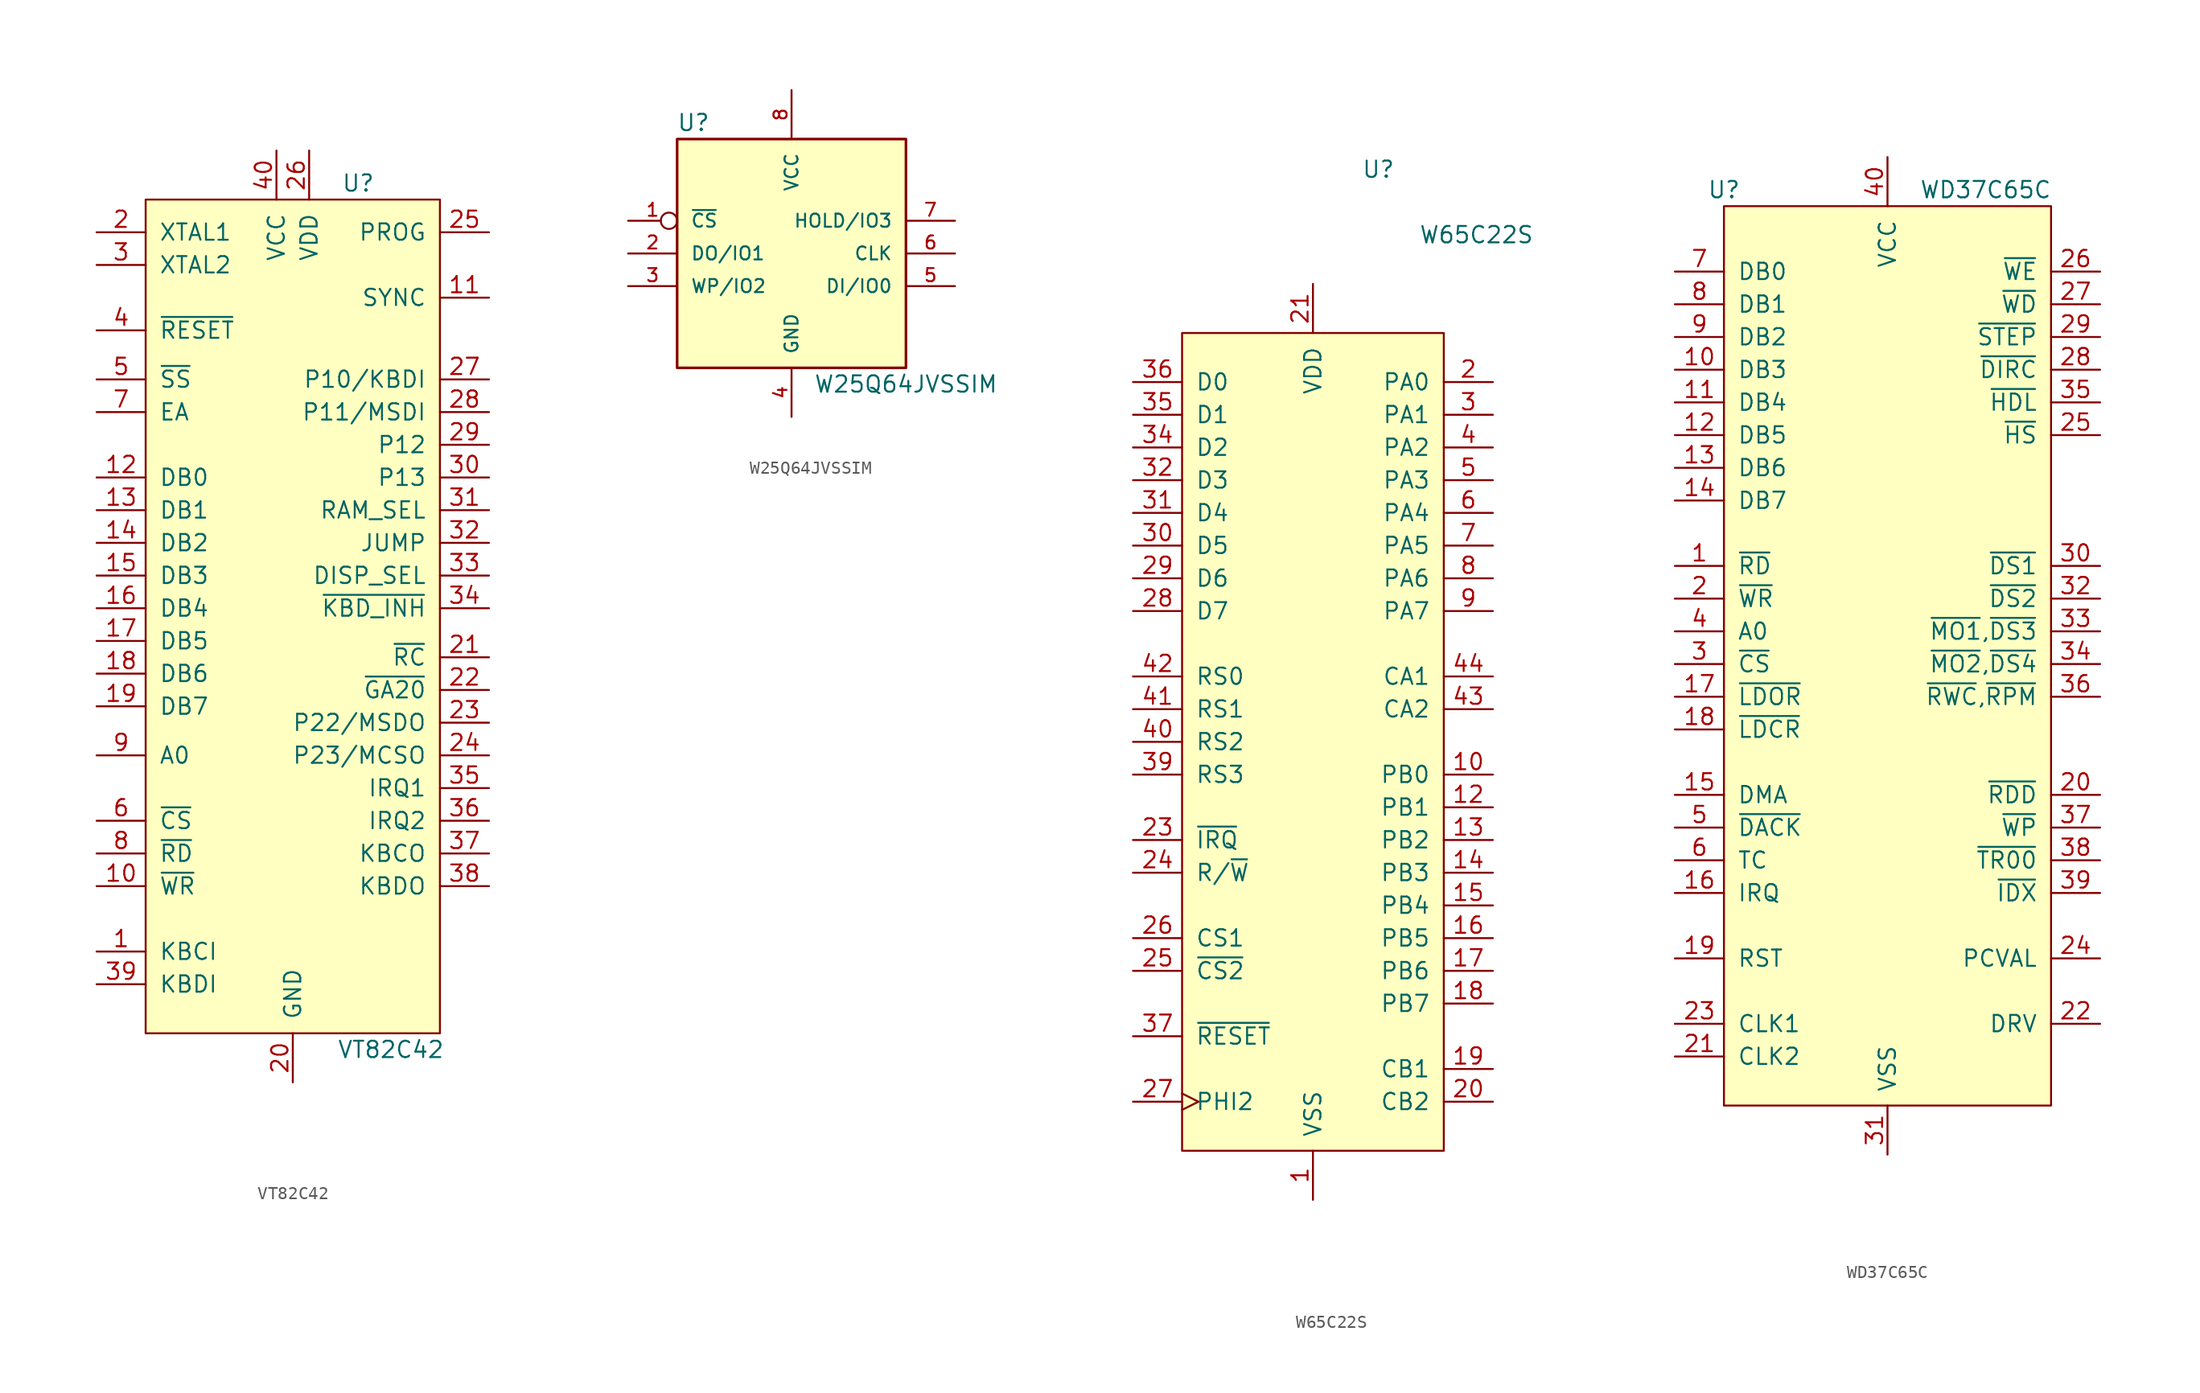
<source format=kicad_sym>
(kicad_symbol_lib
  (version 20220914)
  (generator kicad_symbol_editor)
  (symbol "VT82C42"
    (pin_names
      (offset 1.016))
    (property "Reference" "U"
      (at 5.08 29.21 0)
      (effects (font (size 1.27 1.27))))
    (property "Value" "VT82C42"
      (at 7.62 -38.1 0)
      (effects (font (size 1.27 1.27))))
    (symbol "VT82C42_0_1"
      (rectangle (start 11.43 -36.83) (end -11.43 27.94) (stroke (width 0) (type default)) (fill (type background))))
    (symbol "VT82C42_1_1"
      (pin input line (at -15.24 -30.48 0) (length 3.81) (name "KBCI" (effects (font (size 1.27 1.27)))) (number "1" (effects (font (size 1.27 1.27)))))
      (pin passive line (at -15.24 -25.4 0) (length 3.81) (name "~{WR}" (effects (font (size 1.27 1.27)))) (number "10" (effects (font (size 1.27 1.27)))))
      (pin output line (at 15.24 20.32 180) (length 3.81) (name "SYNC" (effects (font (size 1.27 1.27)))) (number "11" (effects (font (size 1.27 1.27)))))
      (pin bidirectional line (at -15.24 6.35 0) (length 3.81) (name "DB0" (effects (font (size 1.27 1.27)))) (number "12" (effects (font (size 1.27 1.27)))))
      (pin bidirectional line (at -15.24 3.81 0) (length 3.81) (name "DB1" (effects (font (size 1.27 1.27)))) (number "13" (effects (font (size 1.27 1.27)))))
      (pin bidirectional line (at -15.24 1.27 0) (length 3.81) (name "DB2" (effects (font (size 1.27 1.27)))) (number "14" (effects (font (size 1.27 1.27)))))
      (pin bidirectional line (at -15.24 -1.27 0) (length 3.81) (name "DB3" (effects (font (size 1.27 1.27)))) (number "15" (effects (font (size 1.27 1.27)))))
      (pin bidirectional line (at -15.24 -3.81 0) (length 3.81) (name "DB4" (effects (font (size 1.27 1.27)))) (number "16" (effects (font (size 1.27 1.27)))))
      (pin bidirectional line (at -15.24 -6.35 0) (length 3.81) (name "DB5" (effects (font (size 1.27 1.27)))) (number "17" (effects (font (size 1.27 1.27)))))
      (pin bidirectional line (at -15.24 -8.89 0) (length 3.81) (name "DB6" (effects (font (size 1.27 1.27)))) (number "18" (effects (font (size 1.27 1.27)))))
      (pin bidirectional line (at -15.24 -11.43 0) (length 3.81) (name "DB7" (effects (font (size 1.27 1.27)))) (number "19" (effects (font (size 1.27 1.27)))))
      (pin passive line (at -15.24 25.4 0) (length 3.81) (name "XTAL1" (effects (font (size 1.27 1.27)))) (number "2" (effects (font (size 1.27 1.27)))))
      (pin power_in line (at 0 -40.64 90) (length 3.81) (name "GND" (effects (font (size 1.27 1.27)))) (number "20" (effects (font (size 1.27 1.27)))))
      (pin output line (at 15.24 -7.62 180) (length 3.81) (name "~{RC}" (effects (font (size 1.27 1.27)))) (number "21" (effects (font (size 1.27 1.27)))))
      (pin output line (at 15.24 -10.16 180) (length 3.81) (name "~{GA20}" (effects (font (size 1.27 1.27)))) (number "22" (effects (font (size 1.27 1.27)))))
      (pin output line (at 15.24 -12.7 180) (length 3.81) (name "P22/MSDO" (effects (font (size 1.27 1.27)))) (number "23" (effects (font (size 1.27 1.27)))))
      (pin output line (at 15.24 -15.24 180) (length 3.81) (name "P23/MCSO" (effects (font (size 1.27 1.27)))) (number "24" (effects (font (size 1.27 1.27)))))
      (pin input line (at 15.24 25.4 180) (length 3.81) (name "PROG" (effects (font (size 1.27 1.27)))) (number "25" (effects (font (size 1.27 1.27)))))
      (pin power_in line (at 1.27 31.75 270) (length 3.81) (name "VDD" (effects (font (size 1.27 1.27)))) (number "26" (effects (font (size 1.27 1.27)))))
      (pin bidirectional line (at 15.24 13.97 180) (length 3.81) (name "P10/KBDI" (effects (font (size 1.27 1.27)))) (number "27" (effects (font (size 1.27 1.27)))))
      (pin bidirectional line (at 15.24 11.43 180) (length 3.81) (name "P11/MSDI" (effects (font (size 1.27 1.27)))) (number "28" (effects (font (size 1.27 1.27)))))
      (pin bidirectional line (at 15.24 8.89 180) (length 3.81) (name "P12" (effects (font (size 1.27 1.27)))) (number "29" (effects (font (size 1.27 1.27)))))
      (pin passive line (at -15.24 22.86 0) (length 3.81) (name "XTAL2" (effects (font (size 1.27 1.27)))) (number "3" (effects (font (size 1.27 1.27)))))
      (pin bidirectional line (at 15.24 6.35 180) (length 3.81) (name "P13" (effects (font (size 1.27 1.27)))) (number "30" (effects (font (size 1.27 1.27)))))
      (pin bidirectional line (at 15.24 3.81 180) (length 3.81) (name "RAM_SEL" (effects (font (size 1.27 1.27)))) (number "31" (effects (font (size 1.27 1.27)))))
      (pin bidirectional line (at 15.24 1.27 180) (length 3.81) (name "JUMP" (effects (font (size 1.27 1.27)))) (number "32" (effects (font (size 1.27 1.27)))))
      (pin bidirectional line (at 15.24 -1.27 180) (length 3.81) (name "DISP_SEL" (effects (font (size 1.27 1.27)))) (number "33" (effects (font (size 1.27 1.27)))))
      (pin bidirectional line (at 15.24 -3.81 180) (length 3.81) (name "~{KBD_INH}" (effects (font (size 1.27 1.27)))) (number "34" (effects (font (size 1.27 1.27)))))
      (pin output line (at 15.24 -17.78 180) (length 3.81) (name "IRQ1" (effects (font (size 1.27 1.27)))) (number "35" (effects (font (size 1.27 1.27)))))
      (pin output line (at 15.24 -20.32 180) (length 3.81) (name "IRQ2" (effects (font (size 1.27 1.27)))) (number "36" (effects (font (size 1.27 1.27)))))
      (pin output line (at 15.24 -22.86 180) (length 3.81) (name "KBCO" (effects (font (size 1.27 1.27)))) (number "37" (effects (font (size 1.27 1.27)))))
      (pin output line (at 15.24 -25.4 180) (length 3.81) (name "KBDO" (effects (font (size 1.27 1.27)))) (number "38" (effects (font (size 1.27 1.27)))))
      (pin input line (at -15.24 -33.02 0) (length 3.81) (name "KBDI" (effects (font (size 1.27 1.27)))) (number "39" (effects (font (size 1.27 1.27)))))
      (pin input line (at -15.24 17.78 0) (length 3.81) (name "~{RESET}" (effects (font (size 1.27 1.27)))) (number "4" (effects (font (size 1.27 1.27)))))
      (pin power_in line (at -1.27 31.75 270) (length 3.81) (name "VCC" (effects (font (size 1.27 1.27)))) (number "40" (effects (font (size 1.27 1.27)))))
      (pin input line (at -15.24 13.97 0) (length 3.81) (name "~{SS}" (effects (font (size 1.27 1.27)))) (number "5" (effects (font (size 1.27 1.27)))))
      (pin input line (at -15.24 -20.32 0) (length 3.81) (name "~{CS}" (effects (font (size 1.27 1.27)))) (number "6" (effects (font (size 1.27 1.27)))))
      (pin input line (at -15.24 11.43 0) (length 3.81) (name "EA" (effects (font (size 1.27 1.27)))) (number "7" (effects (font (size 1.27 1.27)))))
      (pin input line (at -15.24 -22.86 0) (length 3.81) (name "~{RD}" (effects (font (size 1.27 1.27)))) (number "8" (effects (font (size 1.27 1.27)))))
      (pin input line (at -15.24 -15.24 0) (length 3.81) (name "A0" (effects (font (size 1.27 1.27)))) (number "9" (effects (font (size 1.27 1.27)))))))
  (symbol "W25Q64JVSSIM"
    (pin_names
      (offset 1.016))
    (property "Reference" "U"
      (at -7.62 10.16 0)
      (effects (font (size 1.27 1.27))))
    (property "Value" "W25Q64JVSSIM"
      (at 8.89 -10.16 0)
      (effects (font (size 1.27 1.27))))
    (symbol "W25Q64JVSSIM_0_0"
      (pin input inverted (at -12.7 2.54 0) (length 3.81) (name "~{CS}" (effects (font (size 1.016 1.016)))) (number "1" (effects (font (size 1.016 1.016)))))
      (pin output line (at -12.7 0 0) (length 3.81) (name "DO/IO1" (effects (font (size 1.016 1.016)))) (number "2" (effects (font (size 1.016 1.016)))))
      (pin input line (at -12.7 -2.54 0) (length 3.81) (name "WP/IO2" (effects (font (size 1.016 1.016)))) (number "3" (effects (font (size 1.016 1.016)))))
      (pin power_in line (at 0 -12.7 90) (length 3.81) (name "GND" (effects (font (size 1.016 1.016)))) (number "4" (effects (font (size 1.016 1.016)))))
      (pin input line (at 12.7 -2.54 180) (length 3.81) (name "DI/IO0" (effects (font (size 1.016 1.016)))) (number "5" (effects (font (size 1.016 1.016)))))
      (pin input line (at 12.7 0 180) (length 3.81) (name "CLK" (effects (font (size 1.016 1.016)))) (number "6" (effects (font (size 1.016 1.016)))))
      (pin input line (at 12.7 2.54 180) (length 3.81) (name "HOLD/IO3" (effects (font (size 1.016 1.016)))) (number "7" (effects (font (size 1.016 1.016)))))
      (pin power_in line (at 0 12.7 270) (length 3.81) (name "VCC" (effects (font (size 1.016 1.016)))) (number "8" (effects (font (size 1.016 1.016))))))
    (symbol "W25Q64JVSSIM_0_1"
      (rectangle (start -8.89 8.89) (end 8.89 -8.89) (stroke (width 0.203) (type default)) (fill (type background)))))
  (symbol "W65C22S"
    (pin_names
      (offset 1.016))
    (property "Reference" "U"
      (at 5.08 29.21 0)
      (effects (font (size 1.27 1.27))))
    (property "Value" "W65C22S"
      (at 12.7 24.13 0)
      (effects (font (size 1.27 1.27))))
    (symbol "W65C22S_0_1"
      (rectangle (start -10.16 16.51) (end 10.16 -46.99) (stroke (width 0) (type default)) (fill (type background))))
    (symbol "W65C22S_1_1"
      (pin power_in line (at 0 -50.8 90) (length 3.81) (name "VSS" (effects (font (size 1.27 1.27)))) (number "1" (effects (font (size 1.27 1.27)))))
      (pin bidirectional line (at 13.97 -17.78 180) (length 3.81) (name "PB0" (effects (font (size 1.27 1.27)))) (number "10" (effects (font (size 1.27 1.27)))))
      (pin no_connect line (at -13.97 -7.62 0) (length 3.81) hide (name "NC" (effects (font (size 1.27 1.27)))) (number "11" (effects (font (size 1.27 1.27)))))
      (pin bidirectional line (at 13.97 -20.32 180) (length 3.81) (name "PB1" (effects (font (size 1.27 1.27)))) (number "12" (effects (font (size 1.27 1.27)))))
      (pin bidirectional line (at 13.97 -22.86 180) (length 3.81) (name "PB2" (effects (font (size 1.27 1.27)))) (number "13" (effects (font (size 1.27 1.27)))))
      (pin bidirectional line (at 13.97 -25.4 180) (length 3.81) (name "PB3" (effects (font (size 1.27 1.27)))) (number "14" (effects (font (size 1.27 1.27)))))
      (pin bidirectional line (at 13.97 -27.94 180) (length 3.81) (name "PB4" (effects (font (size 1.27 1.27)))) (number "15" (effects (font (size 1.27 1.27)))))
      (pin bidirectional line (at 13.97 -30.48 180) (length 3.81) (name "PB5" (effects (font (size 1.27 1.27)))) (number "16" (effects (font (size 1.27 1.27)))))
      (pin bidirectional line (at 13.97 -33.02 180) (length 3.81) (name "PB6" (effects (font (size 1.27 1.27)))) (number "17" (effects (font (size 1.27 1.27)))))
      (pin bidirectional line (at 13.97 -35.56 180) (length 3.81) (name "PB7" (effects (font (size 1.27 1.27)))) (number "18" (effects (font (size 1.27 1.27)))))
      (pin bidirectional line (at 13.97 -40.64 180) (length 3.81) (name "CB1" (effects (font (size 1.27 1.27)))) (number "19" (effects (font (size 1.27 1.27)))))
      (pin bidirectional line (at 13.97 12.7 180) (length 3.81) (name "PA0" (effects (font (size 1.27 1.27)))) (number "2" (effects (font (size 1.27 1.27)))))
      (pin bidirectional line (at 13.97 -43.18 180) (length 3.81) (name "CB2" (effects (font (size 1.27 1.27)))) (number "20" (effects (font (size 1.27 1.27)))))
      (pin power_in line (at 0 20.32 270) (length 3.81) (name "VDD" (effects (font (size 1.27 1.27)))) (number "21" (effects (font (size 1.27 1.27)))))
      (pin no_connect line (at -13.97 -20.32 0) (length 3.81) hide (name "NC" (effects (font (size 1.27 1.27)))) (number "22" (effects (font (size 1.27 1.27)))))
      (pin output line (at -13.97 -22.86 0) (length 3.81) (name "~{IRQ}" (effects (font (size 1.27 1.27)))) (number "23" (effects (font (size 1.27 1.27)))))
      (pin input line (at -13.97 -25.4 0) (length 3.81) (name "R/~{W}" (effects (font (size 1.27 1.27)))) (number "24" (effects (font (size 1.27 1.27)))))
      (pin input line (at -13.97 -33.02 0) (length 3.81) (name "~{CS2}" (effects (font (size 1.27 1.27)))) (number "25" (effects (font (size 1.27 1.27)))))
      (pin input line (at -13.97 -30.48 0) (length 3.81) (name "CS1" (effects (font (size 1.27 1.27)))) (number "26" (effects (font (size 1.27 1.27)))))
      (pin input clock (at -13.97 -43.18 0) (length 3.81) (name "PHI2" (effects (font (size 1.27 1.27)))) (number "27" (effects (font (size 1.27 1.27)))))
      (pin bidirectional line (at -13.97 -5.08 0) (length 3.81) (name "D7" (effects (font (size 1.27 1.27)))) (number "28" (effects (font (size 1.27 1.27)))))
      (pin bidirectional line (at -13.97 -2.54 0) (length 3.81) (name "D6" (effects (font (size 1.27 1.27)))) (number "29" (effects (font (size 1.27 1.27)))))
      (pin bidirectional line (at 13.97 10.16 180) (length 3.81) (name "PA1" (effects (font (size 1.27 1.27)))) (number "3" (effects (font (size 1.27 1.27)))))
      (pin bidirectional line (at -13.97 0 0) (length 3.81) (name "D5" (effects (font (size 1.27 1.27)))) (number "30" (effects (font (size 1.27 1.27)))))
      (pin bidirectional line (at -13.97 2.54 0) (length 3.81) (name "D4" (effects (font (size 1.27 1.27)))) (number "31" (effects (font (size 1.27 1.27)))))
      (pin bidirectional line (at -13.97 5.08 0) (length 3.81) (name "D3" (effects (font (size 1.27 1.27)))) (number "32" (effects (font (size 1.27 1.27)))))
      (pin no_connect line (at -13.97 -27.94 0) (length 3.81) hide (name "NC" (effects (font (size 1.27 1.27)))) (number "33" (effects (font (size 1.27 1.27)))))
      (pin bidirectional line (at -13.97 7.62 0) (length 3.81) (name "D2" (effects (font (size 1.27 1.27)))) (number "34" (effects (font (size 1.27 1.27)))))
      (pin bidirectional line (at -13.97 10.16 0) (length 3.81) (name "D1" (effects (font (size 1.27 1.27)))) (number "35" (effects (font (size 1.27 1.27)))))
      (pin bidirectional line (at -13.97 12.7 0) (length 3.81) (name "D0" (effects (font (size 1.27 1.27)))) (number "36" (effects (font (size 1.27 1.27)))))
      (pin input line (at -13.97 -38.1 0) (length 3.81) (name "~{RESET}" (effects (font (size 1.27 1.27)))) (number "37" (effects (font (size 1.27 1.27)))))
      (pin no_connect line (at -13.97 -35.56 0) (length 3.81) hide (name "NC" (effects (font (size 1.27 1.27)))) (number "38" (effects (font (size 1.27 1.27)))))
      (pin input line (at -13.97 -17.78 0) (length 3.81) (name "RS3" (effects (font (size 1.27 1.27)))) (number "39" (effects (font (size 1.27 1.27)))))
      (pin bidirectional line (at 13.97 7.62 180) (length 3.81) (name "PA2" (effects (font (size 1.27 1.27)))) (number "4" (effects (font (size 1.27 1.27)))))
      (pin input line (at -13.97 -15.24 0) (length 3.81) (name "RS2" (effects (font (size 1.27 1.27)))) (number "40" (effects (font (size 1.27 1.27)))))
      (pin input line (at -13.97 -12.7 0) (length 3.81) (name "RS1" (effects (font (size 1.27 1.27)))) (number "41" (effects (font (size 1.27 1.27)))))
      (pin input line (at -13.97 -10.16 0) (length 3.81) (name "RS0" (effects (font (size 1.27 1.27)))) (number "42" (effects (font (size 1.27 1.27)))))
      (pin bidirectional line (at 13.97 -12.7 180) (length 3.81) (name "CA2" (effects (font (size 1.27 1.27)))) (number "43" (effects (font (size 1.27 1.27)))))
      (pin bidirectional line (at 13.97 -10.16 180) (length 3.81) (name "CA1" (effects (font (size 1.27 1.27)))) (number "44" (effects (font (size 1.27 1.27)))))
      (pin bidirectional line (at 13.97 5.08 180) (length 3.81) (name "PA3" (effects (font (size 1.27 1.27)))) (number "5" (effects (font (size 1.27 1.27)))))
      (pin bidirectional line (at 13.97 2.54 180) (length 3.81) (name "PA4" (effects (font (size 1.27 1.27)))) (number "6" (effects (font (size 1.27 1.27)))))
      (pin bidirectional line (at 13.97 0 180) (length 3.81) (name "PA5" (effects (font (size 1.27 1.27)))) (number "7" (effects (font (size 1.27 1.27)))))
      (pin bidirectional line (at 13.97 -2.54 180) (length 3.81) (name "PA6" (effects (font (size 1.27 1.27)))) (number "8" (effects (font (size 1.27 1.27)))))
      (pin bidirectional line (at 13.97 -5.08 180) (length 3.81) (name "PA7" (effects (font (size 1.27 1.27)))) (number "9" (effects (font (size 1.27 1.27)))))))
  (symbol "WD37C65C"
    (pin_names
      (offset 1.016))
    (property "Reference" "U"
      (at -12.7 29.21 0)
      (effects (font (size 1.27 1.27))))
    (property "Value" "WD37C65C"
      (at 7.62 29.21 0)
      (effects (font (size 1.27 1.27))))
    (symbol "WD37C65C_0_1"
      (rectangle (start -12.7 27.94) (end 12.7 -41.91) (stroke (width 0) (type default)) (fill (type background))))
    (symbol "WD37C65C_1_1"
      (pin input line (at -16.51 0 0) (length 3.81) (name "~{RD}" (effects (font (size 1.27 1.27)))) (number "1" (effects (font (size 1.27 1.27)))))
      (pin bidirectional line (at -16.51 15.24 0) (length 3.81) (name "DB3" (effects (font (size 1.27 1.27)))) (number "10" (effects (font (size 1.27 1.27)))))
      (pin bidirectional line (at -16.51 12.7 0) (length 3.81) (name "DB4" (effects (font (size 1.27 1.27)))) (number "11" (effects (font (size 1.27 1.27)))))
      (pin bidirectional line (at -16.51 10.16 0) (length 3.81) (name "DB5" (effects (font (size 1.27 1.27)))) (number "12" (effects (font (size 1.27 1.27)))))
      (pin bidirectional line (at -16.51 7.62 0) (length 3.81) (name "DB6" (effects (font (size 1.27 1.27)))) (number "13" (effects (font (size 1.27 1.27)))))
      (pin bidirectional line (at -16.51 5.08 0) (length 3.81) (name "DB7" (effects (font (size 1.27 1.27)))) (number "14" (effects (font (size 1.27 1.27)))))
      (pin output line (at -16.51 -17.78 0) (length 3.81) (name "DMA" (effects (font (size 1.27 1.27)))) (number "15" (effects (font (size 1.27 1.27)))))
      (pin output line (at -16.51 -25.4 0) (length 3.81) (name "IRQ" (effects (font (size 1.27 1.27)))) (number "16" (effects (font (size 1.27 1.27)))))
      (pin input line (at -16.51 -10.16 0) (length 3.81) (name "~{LDOR}" (effects (font (size 1.27 1.27)))) (number "17" (effects (font (size 1.27 1.27)))))
      (pin input line (at -16.51 -12.7 0) (length 3.81) (name "~{LDCR}" (effects (font (size 1.27 1.27)))) (number "18" (effects (font (size 1.27 1.27)))))
      (pin input line (at -16.51 -30.48 0) (length 3.81) (name "RST" (effects (font (size 1.27 1.27)))) (number "19" (effects (font (size 1.27 1.27)))))
      (pin input line (at -16.51 -2.54 0) (length 3.81) (name "~{WR}" (effects (font (size 1.27 1.27)))) (number "2" (effects (font (size 1.27 1.27)))))
      (pin input line (at 16.51 -17.78 180) (length 3.81) (name "~{RDD}" (effects (font (size 1.27 1.27)))) (number "20" (effects (font (size 1.27 1.27)))))
      (pin input line (at -16.51 -38.1 0) (length 3.81) (name "CLK2" (effects (font (size 1.27 1.27)))) (number "21" (effects (font (size 1.27 1.27)))))
      (pin input line (at 16.51 -35.56 180) (length 3.81) (name "DRV" (effects (font (size 1.27 1.27)))) (number "22" (effects (font (size 1.27 1.27)))))
      (pin input line (at -16.51 -35.56 0) (length 3.81) (name "CLK1" (effects (font (size 1.27 1.27)))) (number "23" (effects (font (size 1.27 1.27)))))
      (pin input line (at 16.51 -30.48 180) (length 3.81) (name "PCVAL" (effects (font (size 1.27 1.27)))) (number "24" (effects (font (size 1.27 1.27)))))
      (pin output line (at 16.51 10.16 180) (length 3.81) (name "~{HS}" (effects (font (size 1.27 1.27)))) (number "25" (effects (font (size 1.27 1.27)))))
      (pin output line (at 16.51 22.86 180) (length 3.81) (name "~{WE}" (effects (font (size 1.27 1.27)))) (number "26" (effects (font (size 1.27 1.27)))))
      (pin output line (at 16.51 20.32 180) (length 3.81) (name "~{WD}" (effects (font (size 1.27 1.27)))) (number "27" (effects (font (size 1.27 1.27)))))
      (pin output line (at 16.51 15.24 180) (length 3.81) (name "~{DIRC}" (effects (font (size 1.27 1.27)))) (number "28" (effects (font (size 1.27 1.27)))))
      (pin output line (at 16.51 17.78 180) (length 3.81) (name "~{STEP}" (effects (font (size 1.27 1.27)))) (number "29" (effects (font (size 1.27 1.27)))))
      (pin input line (at -16.51 -7.62 0) (length 3.81) (name "~{CS}" (effects (font (size 1.27 1.27)))) (number "3" (effects (font (size 1.27 1.27)))))
      (pin output line (at 16.51 0 180) (length 3.81) (name "~{DS1}" (effects (font (size 1.27 1.27)))) (number "30" (effects (font (size 1.27 1.27)))))
      (pin power_in line (at 0 -45.72 90) (length 3.81) (name "VSS" (effects (font (size 1.27 1.27)))) (number "31" (effects (font (size 1.27 1.27)))))
      (pin output line (at 16.51 -2.54 180) (length 3.81) (name "~{DS2}" (effects (font (size 1.27 1.27)))) (number "32" (effects (font (size 1.27 1.27)))))
      (pin output line (at 16.51 -5.08 180) (length 3.81) (name "~{MO1},~{DS3}" (effects (font (size 1.27 1.27)))) (number "33" (effects (font (size 1.27 1.27)))))
      (pin output line (at 16.51 -7.62 180) (length 3.81) (name "~{MO2},~{DS4}" (effects (font (size 1.27 1.27)))) (number "34" (effects (font (size 1.27 1.27)))))
      (pin output line (at 16.51 12.7 180) (length 3.81) (name "~{HDL}" (effects (font (size 1.27 1.27)))) (number "35" (effects (font (size 1.27 1.27)))))
      (pin output line (at 16.51 -10.16 180) (length 3.81) (name "~{RWC},~{RPM}" (effects (font (size 1.27 1.27)))) (number "36" (effects (font (size 1.27 1.27)))))
      (pin input line (at 16.51 -20.32 180) (length 3.81) (name "~{WP}" (effects (font (size 1.27 1.27)))) (number "37" (effects (font (size 1.27 1.27)))))
      (pin input line (at 16.51 -22.86 180) (length 3.81) (name "~{TR00}" (effects (font (size 1.27 1.27)))) (number "38" (effects (font (size 1.27 1.27)))))
      (pin input line (at 16.51 -25.4 180) (length 3.81) (name "~{IDX}" (effects (font (size 1.27 1.27)))) (number "39" (effects (font (size 1.27 1.27)))))
      (pin input line (at -16.51 -5.08 0) (length 3.81) (name "A0" (effects (font (size 1.27 1.27)))) (number "4" (effects (font (size 1.27 1.27)))))
      (pin power_in line (at 0 31.75 270) (length 3.81) (name "VCC" (effects (font (size 1.27 1.27)))) (number "40" (effects (font (size 1.27 1.27)))))
      (pin input line (at -16.51 -20.32 0) (length 3.81) (name "~{DACK}" (effects (font (size 1.27 1.27)))) (number "5" (effects (font (size 1.27 1.27)))))
      (pin input line (at -16.51 -22.86 0) (length 3.81) (name "TC" (effects (font (size 1.27 1.27)))) (number "6" (effects (font (size 1.27 1.27)))))
      (pin bidirectional line (at -16.51 22.86 0) (length 3.81) (name "DB0" (effects (font (size 1.27 1.27)))) (number "7" (effects (font (size 1.27 1.27)))))
      (pin bidirectional line (at -16.51 20.32 0) (length 3.81) (name "DB1" (effects (font (size 1.27 1.27)))) (number "8" (effects (font (size 1.27 1.27)))))
      (pin bidirectional line (at -16.51 17.78 0) (length 3.81) (name "DB2" (effects (font (size 1.27 1.27)))) (number "9" (effects (font (size 1.27 1.27))))))))
</source>
